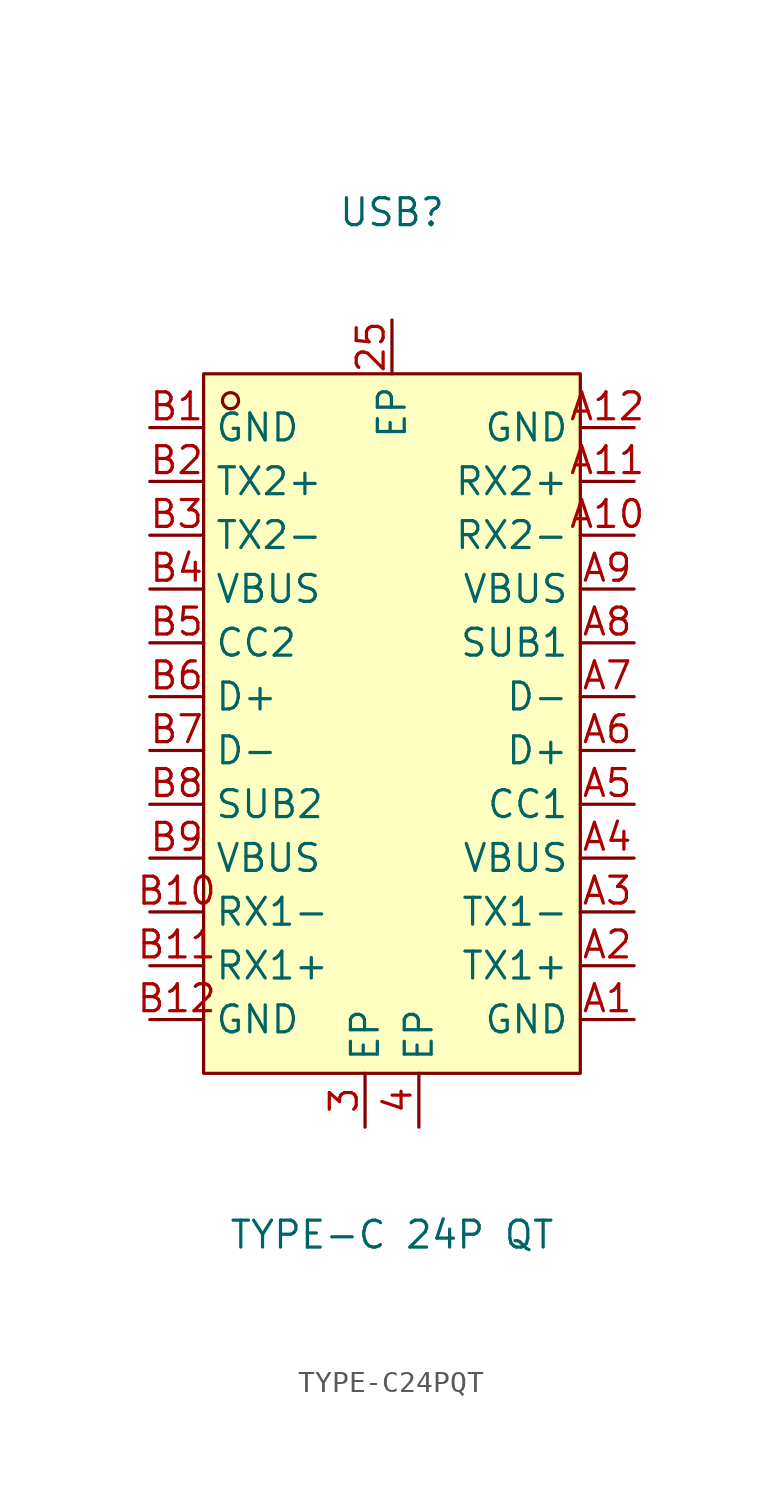
<source format=kicad_sym>
(kicad_symbol_lib
  (version 20211014)
  (generator https://github.com/uPesy/easyeda2kicad.py)
  (symbol "TYPE-C24PQT"
    (property "Reference" "USB"
      (at 0 24.13 0)
      (effects (font (size 1.27 1.27))))
    (property "Value" "TYPE-C 24P QT"
      (at 0 -24.13 0)
      (effects (font (size 1.27 1.27))))
    (symbol "TYPE-C24PQT_0_1"
      (rectangle (start -8.89 16.51) (end 8.89 -16.51) (stroke (width 0) (type default) (color 0 0 0 0)) (fill (type background)))
      (circle (center -7.62 15.24) (radius 0.38) (stroke (width 0) (type default) (color 0 0 0 0)) (fill (type none)))
      (pin unspecified line (at -11.43 13.97 0) (length 2.54) (name "GND" (effects (font (size 1.27 1.27)))) (number "B1" (effects (font (size 1.27 1.27)))))
      (pin unspecified line (at -11.43 11.43 0) (length 2.54) (name "TX2+" (effects (font (size 1.27 1.27)))) (number "B2" (effects (font (size 1.27 1.27)))))
      (pin unspecified line (at -11.43 8.89 0) (length 2.54) (name "TX2-" (effects (font (size 1.27 1.27)))) (number "B3" (effects (font (size 1.27 1.27)))))
      (pin unspecified line (at -11.43 6.35 0) (length 2.54) (name "VBUS" (effects (font (size 1.27 1.27)))) (number "B4" (effects (font (size 1.27 1.27)))))
      (pin unspecified line (at -11.43 3.81 0) (length 2.54) (name "CC2" (effects (font (size 1.27 1.27)))) (number "B5" (effects (font (size 1.27 1.27)))))
      (pin unspecified line (at -11.43 1.27 0) (length 2.54) (name "D+" (effects (font (size 1.27 1.27)))) (number "B6" (effects (font (size 1.27 1.27)))))
      (pin unspecified line (at -11.43 -1.27 0) (length 2.54) (name "D-" (effects (font (size 1.27 1.27)))) (number "B7" (effects (font (size 1.27 1.27)))))
      (pin unspecified line (at -11.43 -3.81 0) (length 2.54) (name "SUB2" (effects (font (size 1.27 1.27)))) (number "B8" (effects (font (size 1.27 1.27)))))
      (pin unspecified line (at -11.43 -6.35 0) (length 2.54) (name "VBUS" (effects (font (size 1.27 1.27)))) (number "B9" (effects (font (size 1.27 1.27)))))
      (pin unspecified line (at -11.43 -8.89 0) (length 2.54) (name "RX1-" (effects (font (size 1.27 1.27)))) (number "B10" (effects (font (size 1.27 1.27)))))
      (pin unspecified line (at -11.43 -11.43 0) (length 2.54) (name "RX1+" (effects (font (size 1.27 1.27)))) (number "B11" (effects (font (size 1.27 1.27)))))
      (pin unspecified line (at -11.43 -13.97 0) (length 2.54) (name "GND" (effects (font (size 1.27 1.27)))) (number "B12" (effects (font (size 1.27 1.27)))))
      (pin unspecified line (at 11.43 -13.97 180) (length 2.54) (name "GND" (effects (font (size 1.27 1.27)))) (number "A1" (effects (font (size 1.27 1.27)))))
      (pin unspecified line (at 11.43 -11.43 180) (length 2.54) (name "TX1+" (effects (font (size 1.27 1.27)))) (number "A2" (effects (font (size 1.27 1.27)))))
      (pin unspecified line (at 11.43 -8.89 180) (length 2.54) (name "TX1-" (effects (font (size 1.27 1.27)))) (number "A3" (effects (font (size 1.27 1.27)))))
      (pin unspecified line (at 11.43 -6.35 180) (length 2.54) (name "VBUS" (effects (font (size 1.27 1.27)))) (number "A4" (effects (font (size 1.27 1.27)))))
      (pin unspecified line (at 11.43 -3.81 180) (length 2.54) (name "CC1" (effects (font (size 1.27 1.27)))) (number "A5" (effects (font (size 1.27 1.27)))))
      (pin unspecified line (at 11.43 -1.27 180) (length 2.54) (name "D+" (effects (font (size 1.27 1.27)))) (number "A6" (effects (font (size 1.27 1.27)))))
      (pin unspecified line (at 11.43 1.27 180) (length 2.54) (name "D-" (effects (font (size 1.27 1.27)))) (number "A7" (effects (font (size 1.27 1.27)))))
      (pin unspecified line (at 11.43 3.81 180) (length 2.54) (name "SUB1" (effects (font (size 1.27 1.27)))) (number "A8" (effects (font (size 1.27 1.27)))))
      (pin unspecified line (at 11.43 6.35 180) (length 2.54) (name "VBUS" (effects (font (size 1.27 1.27)))) (number "A9" (effects (font (size 1.27 1.27)))))
      (pin unspecified line (at 11.43 8.89 180) (length 2.54) (name "RX2-" (effects (font (size 1.27 1.27)))) (number "A10" (effects (font (size 1.27 1.27)))))
      (pin unspecified line (at 11.43 11.43 180) (length 2.54) (name "RX2+" (effects (font (size 1.27 1.27)))) (number "A11" (effects (font (size 1.27 1.27)))))
      (pin unspecified line (at 11.43 13.97 180) (length 2.54) (name "GND" (effects (font (size 1.27 1.27)))) (number "A12" (effects (font (size 1.27 1.27)))))
      (pin unspecified line (at 0.00 19.05 270) (length 2.54) (name "EP" (effects (font (size 1.27 1.27)))) (number "25" (effects (font (size 1.27 1.27)))))
      (pin unspecified line (at -1.27 -19.05 90) (length 2.54) (name "EP" (effects (font (size 1.27 1.27)))) (number "3" (effects (font (size 1.27 1.27)))))
      (pin unspecified line (at 1.27 -19.05 90) (length 2.54) (name "EP" (effects (font (size 1.27 1.27)))) (number "4" (effects (font (size 1.27 1.27))))))))
</source>
